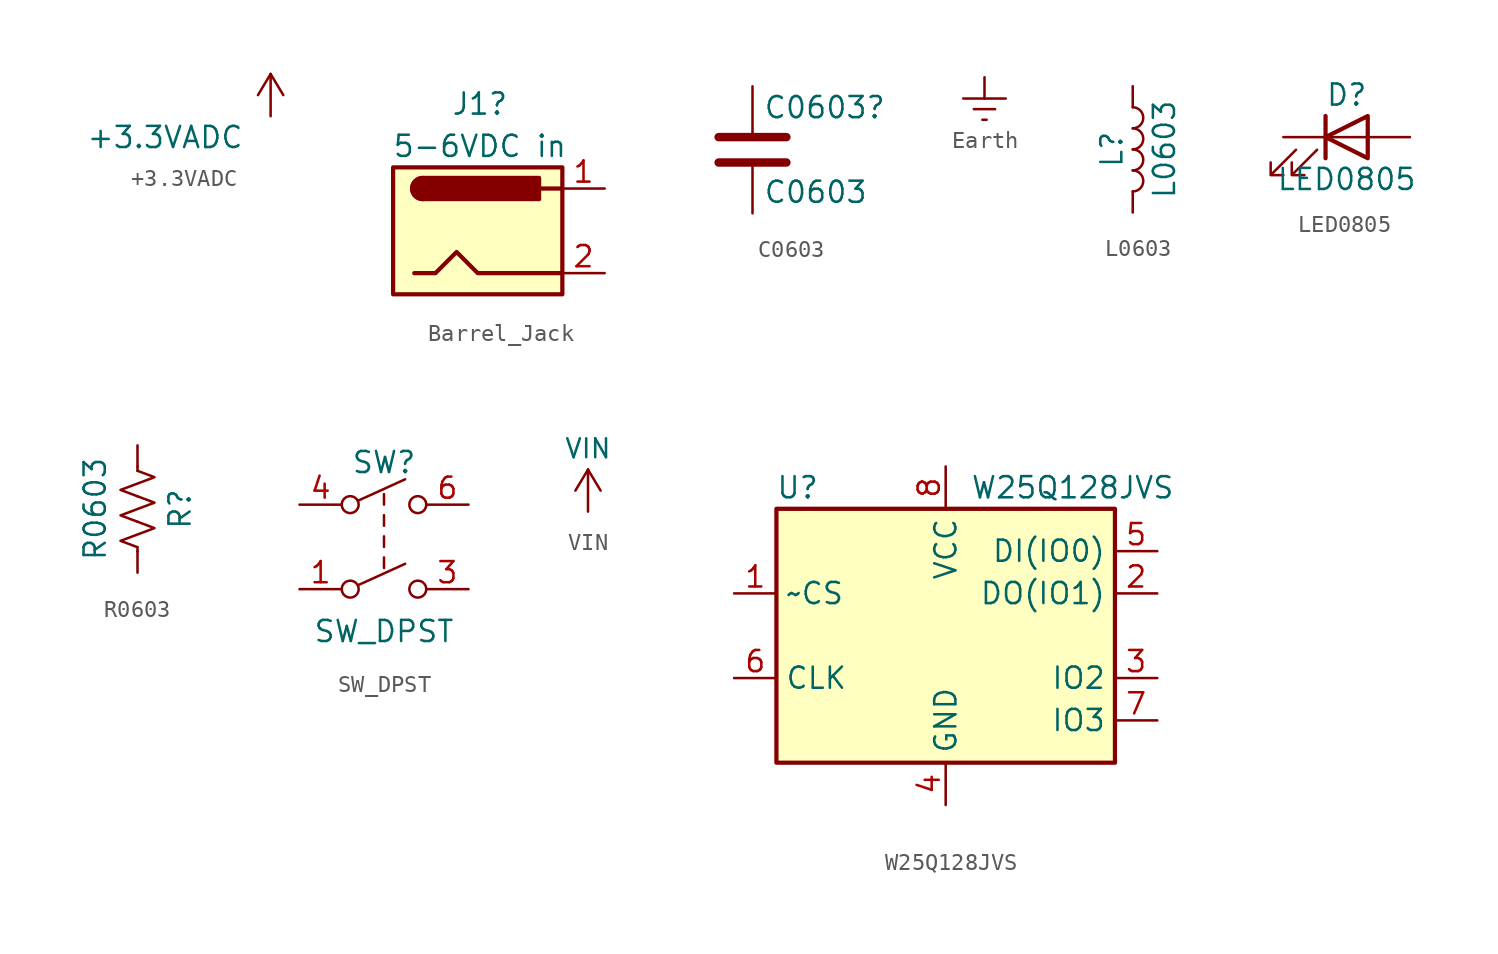
<source format=kicad_sym>
(kicad_symbol_lib
  (version 20220914)
  (generator kicad_symbol_editor)
  (symbol "+3.3VADC"
    (power)
    (pin_names
      (offset 0))
    (property "Reference" "#PWR058"
      (at 3.81 -1.27 0)
      (effects (font (size 1.27 1.27)) hide))
    (property "Value" "+3.3VADC"
      (at -6.35 -1.27 0)
      (effects (font (size 1.27 1.27))))
    (symbol "+3.3VADC_0_0"
      (pin power_in line (at 0 0 90) (length 0) hide (name "+3.3VADC" (effects (font (size 1.27 1.27)))) (number "1" (effects (font (size 1.27 1.27))))))
    (symbol "+3.3VADC_0_1"
      (polyline (pts (xy -0.762 1.27) (xy 0 2.54)) (stroke (width 0) (type default)) (fill (type none)))
      (polyline (pts (xy 0 0) (xy 0 2.54)) (stroke (width 0) (type default)) (fill (type none)))
      (polyline (pts (xy 0 2.54) (xy 0.762 1.27)) (stroke (width 0) (type default)) (fill (type none)))))
  (symbol "Barrel_Jack"
    (pin_names
      (offset 1.016))
    (property "Reference" "J1"
      (at 0.127 7.62 0)
      (effects (font (size 1.27 1.27))))
    (property "Value" "5-6VDC in"
      (at 0.127 5.08 0)
      (effects (font (size 1.27 1.27))))
    (symbol "Barrel_Jack_0_1"
      (rectangle (start -5.08 3.81) (end 5.08 -3.81) (stroke (width 0.254) (type default)) (fill (type background)))
      (arc (start -3.302 3.175) (mid -3.9343 2.54) (end -3.302 1.905) (stroke (width 0.254) (type default)) (fill (type none)))
      (arc (start -3.302 3.175) (mid -3.9343 2.54) (end -3.302 1.905) (stroke (width 0.254) (type default)) (fill (type outline)))
      (polyline (pts (xy 5.08 2.54) (xy 3.81 2.54)) (stroke (width 0.254) (type default)) (fill (type none)))
      (polyline (pts (xy -3.81 -2.54) (xy -2.54 -2.54) (xy -1.27 -1.27) (xy 0 -2.54) (xy 2.54 -2.54) (xy 5.08 -2.54)) (stroke (width 0.254) (type default)) (fill (type none)))
      (rectangle (start 3.683 3.175) (end -3.302 1.905) (stroke (width 0.254) (type default)) (fill (type outline))))
    (symbol "Barrel_Jack_1_1"
      (pin passive line (at 7.62 2.54 180) (length 2.54) (name "~" (effects (font (size 1.27 1.27)))) (number "1" (effects (font (size 1.27 1.27)))))
      (pin passive line (at 7.62 -2.54 180) (length 2.54) (name "~" (effects (font (size 1.27 1.27)))) (number "2" (effects (font (size 1.27 1.27)))))))
  (symbol "C0603"
    (pin_numbers hide)
    (pin_names
      (offset 0.254))
    (property "Reference" "C0603"
      (at 0.635 2.54 0)
      (effects (font (size 1.27 1.27)) (justify left)))
    (property "Value" "C0603"
      (at 0.635 -2.54 0)
      (effects (font (size 1.27 1.27)) (justify left)))
    (symbol "C0603_0_1"
      (polyline (pts (xy -2.032 -0.762) (xy 2.032 -0.762)) (stroke (width 0.508) (type default)) (fill (type none)))
      (polyline (pts (xy -2.032 0.762) (xy 2.032 0.762)) (stroke (width 0.508) (type default)) (fill (type none))))
    (symbol "C0603_1_1"
      (pin passive line (at 0 3.81 270) (length 2.794) (name "~" (effects (font (size 1.27 1.27)))) (number "1" (effects (font (size 1.27 1.27)))))
      (pin passive line (at 0 -3.81 90) (length 2.794) (name "~" (effects (font (size 1.27 1.27)))) (number "2" (effects (font (size 1.27 1.27)))))))
  (symbol "Earth"
    (power)
    (pin_names
      (offset 0))
    (property "Reference" "#PWR011"
      (at 0 -6.35 0)
      (effects (font (size 1.27 1.27)) hide))
    (symbol "Earth_0_1"
      (polyline (pts (xy -0.635 -1.905) (xy 0.635 -1.905)) (stroke (width 0) (type default)) (fill (type none)))
      (polyline (pts (xy -0.127 -2.54) (xy 0.127 -2.54)) (stroke (width 0) (type default)) (fill (type none)))
      (polyline (pts (xy 0 -1.27) (xy 0 0)) (stroke (width 0) (type default)) (fill (type none)))
      (polyline (pts (xy 1.27 -1.27) (xy -1.27 -1.27)) (stroke (width 0) (type default)) (fill (type none))))
    (symbol "Earth_1_1"
      (pin power_in line (at 0 0 270) (length 0) hide (name "Earth" (effects (font (size 1.27 1.27)))) (number "1" (effects (font (size 1.27 1.27)))))))
  (symbol "L0603"
    (pin_numbers hide)
    (pin_names
      (offset 1.016) hide)
    (property "Reference" "L"
      (at -1.27 0 90)
      (effects (font (size 1.27 1.27))))
    (property "Value" "L0603"
      (at 1.905 0 90)
      (effects (font (size 1.27 1.27))))
    (symbol "L0603_0_1"
      (arc (start 0 -2.54) (mid 0.6323 -1.905) (end 0 -1.27) (stroke (width 0) (type default)) (fill (type none)))
      (arc (start 0 -1.27) (mid 0.6323 -0.635) (end 0 0) (stroke (width 0) (type default)) (fill (type none)))
      (arc (start 0 0) (mid 0.6323 0.635) (end 0 1.27) (stroke (width 0) (type default)) (fill (type none)))
      (arc (start 0 1.27) (mid 0.6323 1.905) (end 0 2.54) (stroke (width 0) (type default)) (fill (type none))))
    (symbol "L0603_1_1"
      (pin passive line (at 0 3.81 270) (length 1.27) (name "1" (effects (font (size 1.27 1.27)))) (number "1" (effects (font (size 1.27 1.27)))))
      (pin passive line (at 0 -3.81 90) (length 1.27) (name "2" (effects (font (size 1.27 1.27)))) (number "2" (effects (font (size 1.27 1.27)))))))
  (symbol "LED0805"
    (pin_numbers hide)
    (pin_names
      (offset 1.016) hide)
    (property "Reference" "D"
      (at 0 2.54 0)
      (effects (font (size 1.27 1.27))))
    (property "Value" "LED0805"
      (at 0 -2.54 0)
      (effects (font (size 1.27 1.27))))
    (symbol "LED0805_0_1"
      (polyline (pts (xy -1.27 -1.27) (xy -1.27 1.27)) (stroke (width 0.254) (type default)) (fill (type none)))
      (polyline (pts (xy -1.27 0) (xy 1.27 0)) (stroke (width 0) (type default)) (fill (type none)))
      (polyline (pts (xy 1.27 -1.27) (xy 1.27 1.27) (xy -1.27 0) (xy 1.27 -1.27)) (stroke (width 0.254) (type default)) (fill (type none)))
      (polyline (pts (xy -3.048 -0.762) (xy -4.572 -2.286) (xy -3.81 -2.286) (xy -4.572 -2.286) (xy -4.572 -1.524)) (stroke (width 0) (type default)) (fill (type none)))
      (polyline (pts (xy -1.778 -0.762) (xy -3.302 -2.286) (xy -2.54 -2.286) (xy -3.302 -2.286) (xy -3.302 -1.524)) (stroke (width 0) (type default)) (fill (type none))))
    (symbol "LED0805_1_1"
      (pin passive line (at -3.81 0 0) (length 2.54) (name "K" (effects (font (size 1.27 1.27)))) (number "1" (effects (font (size 1.27 1.27)))))
      (pin passive line (at 3.81 0 180) (length 2.54) (name "A" (effects (font (size 1.27 1.27)))) (number "2" (effects (font (size 1.27 1.27)))))))
  (symbol "R0603"
    (pin_numbers hide)
    (pin_names
      (offset 0))
    (property "Reference" "R"
      (at 2.54 0 90)
      (effects (font (size 1.27 1.27))))
    (property "Value" "R0603"
      (at -2.54 0 90)
      (effects (font (size 1.27 1.27))))
    (symbol "R0603_0_1"
      (polyline (pts (xy 0 -2.286) (xy 0 -2.54)) (stroke (width 0) (type default)) (fill (type none)))
      (polyline (pts (xy 0 2.286) (xy 0 2.54)) (stroke (width 0) (type default)) (fill (type none)))
      (polyline (pts (xy 0 -0.762) (xy 1.016 -1.143) (xy 0 -1.524) (xy -1.016 -1.905) (xy 0 -2.286)) (stroke (width 0) (type default)) (fill (type none)))
      (polyline (pts (xy 0 0.762) (xy 1.016 0.381) (xy 0 0) (xy -1.016 -0.381) (xy 0 -0.762)) (stroke (width 0) (type default)) (fill (type none)))
      (polyline (pts (xy 0 2.286) (xy 1.016 1.905) (xy 0 1.524) (xy -1.016 1.143) (xy 0 0.762)) (stroke (width 0) (type default)) (fill (type none))))
    (symbol "R0603_1_1"
      (pin passive line (at 0 3.81 270) (length 1.27) (name "~" (effects (font (size 1.27 1.27)))) (number "1" (effects (font (size 1.27 1.27)))))
      (pin passive line (at 0 -3.81 90) (length 1.27) (name "~" (effects (font (size 1.27 1.27)))) (number "2" (effects (font (size 1.27 1.27)))))))
  (symbol "SW_DPST"
    (pin_names
      (offset 0) hide)
    (property "Reference" "SW"
      (at 0 5.08 0)
      (effects (font (size 1.27 1.27))))
    (property "Value" "SW_DPST"
      (at 0 -5.08 0)
      (effects (font (size 1.27 1.27))))
    (symbol "SW_DPST_0_0"
      (circle (center -2.032 -2.54) (radius 0.508) (stroke (width 0) (type default)) (fill (type none)))
      (circle (center -2.032 2.54) (radius 0.508) (stroke (width 0) (type default)) (fill (type none)))
      (polyline (pts (xy -1.524 -2.286) (xy 1.27 -1.016)) (stroke (width 0) (type default)) (fill (type none)))
      (polyline (pts (xy -1.524 2.794) (xy 1.27 4.064)) (stroke (width 0) (type default)) (fill (type none)))
      (polyline (pts (xy 0 -1.27) (xy 0 -0.635)) (stroke (width 0) (type default)) (fill (type none)))
      (polyline (pts (xy 0 0) (xy 0 0.635)) (stroke (width 0) (type default)) (fill (type none)))
      (polyline (pts (xy 0 1.27) (xy 0 1.905)) (stroke (width 0) (type default)) (fill (type none)))
      (polyline (pts (xy 0 2.54) (xy 0 3.175)) (stroke (width 0) (type default)) (fill (type none)))
      (circle (center 2.032 -2.54) (radius 0.508) (stroke (width 0) (type default)) (fill (type none)))
      (circle (center 2.032 2.54) (radius 0.508) (stroke (width 0) (type default)) (fill (type none))))
    (symbol "SW_DPST_1_1"
      (pin passive line (at -5.08 -2.54 0) (length 2.54) (name "1" (effects (font (size 1.27 1.27)))) (number "1" (effects (font (size 1.27 1.27)))))
      (pin passive line (at 5.08 -2.54 180) (length 2.54) (name "3" (effects (font (size 1.27 1.27)))) (number "3" (effects (font (size 1.27 1.27)))))
      (pin passive line (at -5.08 2.54 0) (length 2.54) (name "4" (effects (font (size 1.27 1.27)))) (number "4" (effects (font (size 1.27 1.27)))))
      (pin passive line (at 5.08 2.54 180) (length 2.54) (name "6" (effects (font (size 1.27 1.27)))) (number "6" (effects (font (size 1.27 1.27)))))))
  (symbol "VIN"
    (power)
    (pin_numbers hide)
    (pin_names
      (offset 1.016) hide)
    (property "Reference" "#SUPPLY01"
      (at 1.27 0 0)
      (effects (font (size 1.143 1.143)) (justify left bottom) hide))
    (property "Value" "VIN"
      (at 0 3.81 0)
      (effects (font (size 1.143 1.143))))
    (property "ki_locked" ""
      (at 0 0 0)
      (effects (font (size 1.27 1.27))))
    (symbol "VIN_1_0"
      (polyline (pts (xy 0 0) (xy 0 2.54)) (stroke (width 0) (type solid)) (fill (type none)))
      (polyline (pts (xy 0 2.54) (xy -0.762 1.27)) (stroke (width 0) (type solid)) (fill (type none)))
      (polyline (pts (xy 0.762 1.27) (xy 0 2.54)) (stroke (width 0) (type solid)) (fill (type none))))
    (symbol "VIN_1_1"
      (pin power_in line (at 0 0 90) (length 0) hide (name "VIN" (effects (font (size 1.016 1.016)))) (number "~" (effects (font (size 1.016 1.016)))))))
  (symbol "W25Q128JVS"
    (property "Reference" "U"
      (at -8.89 8.89 0)
      (effects (font (size 1.27 1.27))))
    (property "Value" "W25Q128JVS"
      (at 7.62 8.89 0)
      (effects (font (size 1.27 1.27))))
    (symbol "W25Q128JVS_0_1"
      (rectangle (start -10.16 7.62) (end 10.16 -7.62) (stroke (width 0.254) (type default)) (fill (type background))))
    (symbol "W25Q128JVS_1_1"
      (pin input line (at -12.7 2.54 0) (length 2.54) (name "~CS" (effects (font (size 1.27 1.27)))) (number "1" (effects (font (size 1.27 1.27)))))
      (pin bidirectional line (at 12.7 2.54 180) (length 2.54) (name "DO(IO1)" (effects (font (size 1.27 1.27)))) (number "2" (effects (font (size 1.27 1.27)))))
      (pin bidirectional line (at 12.7 -2.54 180) (length 2.54) (name "IO2" (effects (font (size 1.27 1.27)))) (number "3" (effects (font (size 1.27 1.27)))))
      (pin power_in line (at 0 -10.16 90) (length 2.54) (name "GND" (effects (font (size 1.27 1.27)))) (number "4" (effects (font (size 1.27 1.27)))))
      (pin bidirectional line (at 12.7 5.08 180) (length 2.54) (name "DI(IO0)" (effects (font (size 1.27 1.27)))) (number "5" (effects (font (size 1.27 1.27)))))
      (pin input line (at -12.7 -2.54 0) (length 2.54) (name "CLK" (effects (font (size 1.27 1.27)))) (number "6" (effects (font (size 1.27 1.27)))))
      (pin bidirectional line (at 12.7 -5.08 180) (length 2.54) (name "IO3" (effects (font (size 1.27 1.27)))) (number "7" (effects (font (size 1.27 1.27)))))
      (pin power_in line (at 0 10.16 270) (length 2.54) (name "VCC" (effects (font (size 1.27 1.27)))) (number "8" (effects (font (size 1.27 1.27))))))))
</source>
